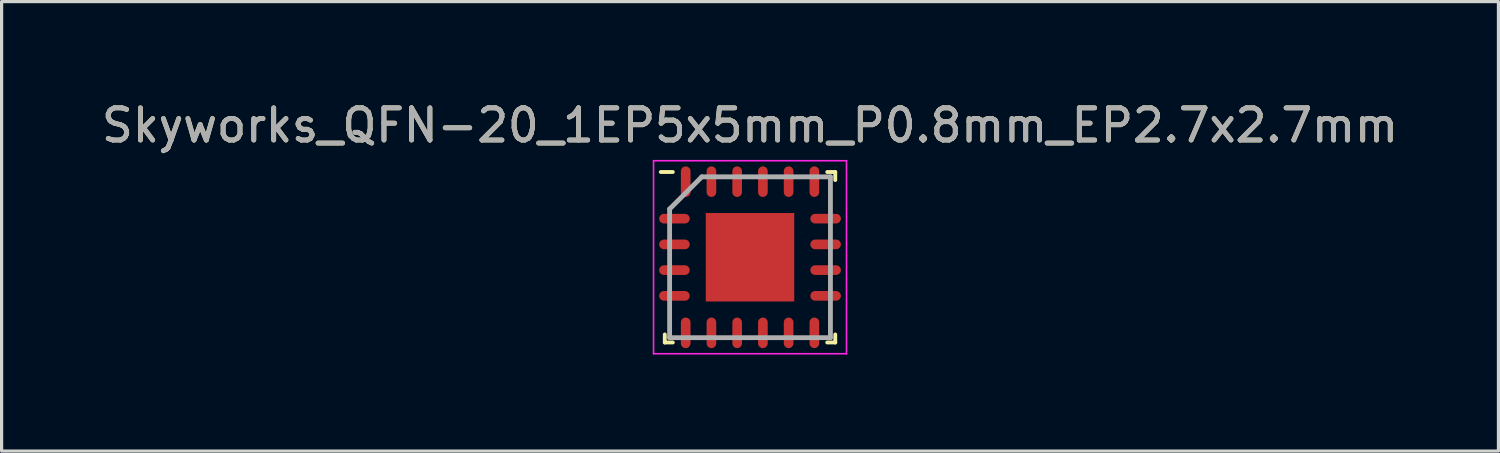
<source format=kicad_pcb>
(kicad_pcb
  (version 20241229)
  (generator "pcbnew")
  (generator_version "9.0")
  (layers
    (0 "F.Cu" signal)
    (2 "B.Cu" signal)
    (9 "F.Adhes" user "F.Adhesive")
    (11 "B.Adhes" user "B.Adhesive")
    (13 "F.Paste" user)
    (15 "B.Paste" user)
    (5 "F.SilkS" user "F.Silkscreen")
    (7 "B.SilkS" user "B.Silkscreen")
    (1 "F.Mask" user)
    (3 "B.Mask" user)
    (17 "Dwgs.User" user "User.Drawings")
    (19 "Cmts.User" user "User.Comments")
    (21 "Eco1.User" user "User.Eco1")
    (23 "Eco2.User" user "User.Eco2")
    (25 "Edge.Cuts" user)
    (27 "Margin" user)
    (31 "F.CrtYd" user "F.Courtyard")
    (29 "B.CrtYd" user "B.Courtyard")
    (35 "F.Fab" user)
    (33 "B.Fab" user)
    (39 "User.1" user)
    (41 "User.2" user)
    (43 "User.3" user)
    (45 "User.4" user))
  (footprint "Skyworks_QFN-20_1EP5x5mm_P0.8mm_EP2.7x2.7mm"
    (layer "F.Cu")
    (at 20.268 4.948)
    (property "Reference" "Skyworks_QFN-20_1EP5x5mm_P0.8mm_EP2.7x2.7mm" (at 0 -4.1 0) (unlocked yes) (layer "F.SilkS") (effects (font (size 1 1) (thickness 0.15))))
    (attr smd)
    (fp_line (start -2.65 2.65) (end -2.65 2.4) (stroke (width 0.12) (type solid)) (layer "F.SilkS"))
    (fp_line (start -2.4 -2.65) (end -2.775 -2.65) (stroke (width 0.12) (type solid)) (layer "F.SilkS"))
    (fp_line (start -2.4 2.65) (end -2.65 2.65) (stroke (width 0.12) (type solid)) (layer "F.SilkS"))
    (fp_line (start 2.4 -2.65) (end 2.65 -2.65) (stroke (width 0.12) (type solid)) (layer "F.SilkS"))
    (fp_line (start 2.4 2.65) (end 2.65 2.65) (stroke (width 0.12) (type solid)) (layer "F.SilkS"))
    (fp_line (start 2.65 -2.65) (end 2.65 -2.4) (stroke (width 0.12) (type solid)) (layer "F.SilkS"))
    (fp_line (start 2.65 2.65) (end 2.65 2.4) (stroke (width 0.12) (type solid)) (layer "F.SilkS"))
    (fp_rect (start -1.2 -1.2) (end -0.1 -0.1) (stroke (width 0) (type solid)) (fill yes) (layer "F.Paste"))
    (fp_rect (start -1.2 0.1) (end -0.1 1.2) (stroke (width 0) (type solid)) (fill yes) (layer "F.Paste"))
    (fp_rect (start 0.1 -1.2) (end 1.2 -0.1) (stroke (width 0) (type solid)) (fill yes) (layer "F.Paste"))
    (fp_rect (start 0.1 0.1) (end 1.2 1.2) (stroke (width 0) (type solid)) (fill yes) (layer "F.Paste"))
    (fp_line (start -3 -3) (end 3 -3) (stroke (width 0.05) (type solid)) (layer "F.CrtYd"))
    (fp_line (start -3 3) (end -3 -3) (stroke (width 0.05) (type solid)) (layer "F.CrtYd"))
    (fp_line (start 3 -3) (end 3 3) (stroke (width 0.05) (type solid)) (layer "F.CrtYd"))
    (fp_line (start 3 3) (end -3 3) (stroke (width 0.05) (type solid)) (layer "F.CrtYd"))
    (fp_line (start -2.5 -1.5) (end -2.5 2.5) (stroke (width 0.15) (type solid)) (layer "F.Fab"))
    (fp_line (start -2.5 2.5) (end 2.5 2.5) (stroke (width 0.15) (type solid)) (layer "F.Fab"))
    (fp_line (start -1.5 -2.5) (end -2.5 -1.5) (stroke (width 0.15) (type solid)) (layer "F.Fab"))
    (fp_line (start 2.5 -2.5) (end -1.5 -2.5) (stroke (width 0.15) (type solid)) (layer "F.Fab"))
    (fp_line (start 2.5 2.5) (end 2.5 -2.5) (stroke (width 0.15) (type solid)) (layer "F.Fab"))
    (fp_text user "${REFERENCE}" (at 0 -4.1 0) (unlocked yes) (layer "F.Fab") (effects (font (size 1 1) (thickness 0.15))))
    (pad "1" smd oval (at -2.35 -1.2 90) (size 0.3 0.95) (layers "F.Cu" "F.Mask" "F.Paste"))
    (pad "2" smd oval (at -2.35 -0.4 90) (size 0.3 0.95) (layers "F.Cu" "F.Mask" "F.Paste"))
    (pad "3" smd oval (at -2.35 0.4 90) (size 0.3 0.95) (layers "F.Cu" "F.Mask" "F.Paste"))
    (pad "4" smd oval (at -2.35 1.2 90) (size 0.3 0.95) (layers "F.Cu" "F.Mask" "F.Paste"))
    (pad "5" smd oval (at -2 2.35) (size 0.3 0.95) (layers "F.Cu" "F.Mask" "F.Paste"))
    (pad "6" smd oval (at -1.2 2.35) (size 0.3 0.95) (layers "F.Cu" "F.Mask" "F.Paste"))
    (pad "7" smd oval (at -0.4 2.35) (size 0.3 0.95) (layers "F.Cu" "F.Mask" "F.Paste"))
    (pad "8" smd oval (at 0.4 2.35) (size 0.3 0.95) (layers "F.Cu" "F.Mask" "F.Paste"))
    (pad "9" smd oval (at 1.2 2.35) (size 0.3 0.95) (layers "F.Cu" "F.Mask" "F.Paste"))
    (pad "10" smd oval (at 2 2.35) (size 0.3 0.95) (layers "F.Cu" "F.Mask" "F.Paste"))
    (pad "11" smd oval (at 2.35 1.2 90) (size 0.3 0.95) (layers "F.Cu" "F.Mask" "F.Paste"))
    (pad "12" smd oval (at 2.35 0.4 90) (size 0.3 0.95) (layers "F.Cu" "F.Mask" "F.Paste"))
    (pad "13" smd oval (at 2.35 -0.4 90) (size 0.3 0.95) (layers "F.Cu" "F.Mask" "F.Paste"))
    (pad "14" smd oval (at 2.35 -1.2 90) (size 0.3 0.95) (layers "F.Cu" "F.Mask" "F.Paste"))
    (pad "15" smd oval (at 2 -2.35 180) (size 0.3 0.95) (layers "F.Cu" "F.Mask" "F.Paste"))
    (pad "16" smd oval (at 1.2 -2.35) (size 0.3 0.95) (layers "F.Cu" "F.Mask" "F.Paste"))
    (pad "17" smd oval (at 0.4 -2.35) (size 0.3 0.95) (layers "F.Cu" "F.Mask" "F.Paste"))
    (pad "18" smd oval (at -0.4 -2.35) (size 0.3 0.95) (layers "F.Cu" "F.Mask" "F.Paste"))
    (pad "19" smd oval (at -1.2 -2.35) (size 0.3 0.95) (layers "F.Cu" "F.Mask" "F.Paste"))
    (pad "20" smd oval (at -2 -2.35) (size 0.3 0.95) (layers "F.Cu" "F.Mask" "F.Paste"))
    (pad "21" smd rect (at 0 0) (size 2.75 2.75) (layers "F.Cu" "F.Mask")))
  (gr_rect
    (start -3 -3)
    (end 43.536 10.973)
    (stroke (width 0.1) (type default))
    (fill no)
    (layer "Edge.Cuts")))
</source>
